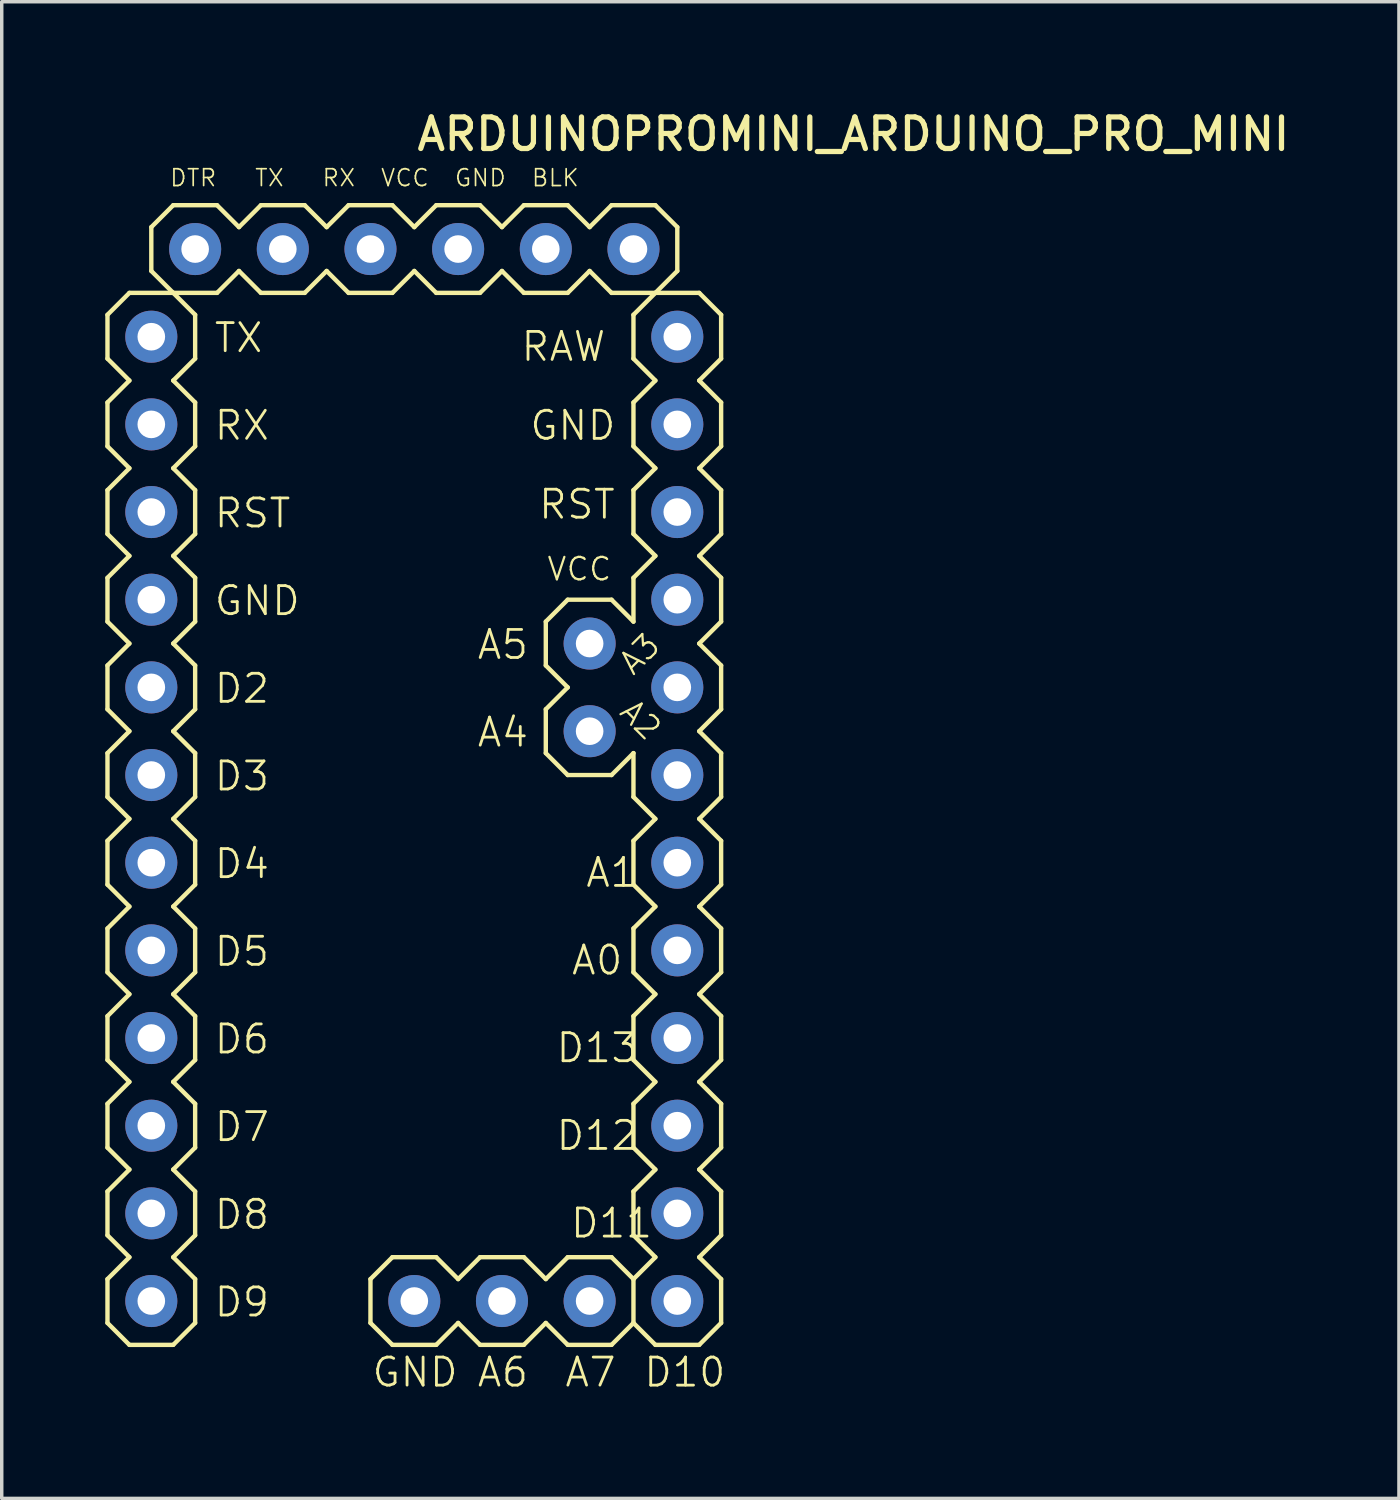
<source format=kicad_pcb>
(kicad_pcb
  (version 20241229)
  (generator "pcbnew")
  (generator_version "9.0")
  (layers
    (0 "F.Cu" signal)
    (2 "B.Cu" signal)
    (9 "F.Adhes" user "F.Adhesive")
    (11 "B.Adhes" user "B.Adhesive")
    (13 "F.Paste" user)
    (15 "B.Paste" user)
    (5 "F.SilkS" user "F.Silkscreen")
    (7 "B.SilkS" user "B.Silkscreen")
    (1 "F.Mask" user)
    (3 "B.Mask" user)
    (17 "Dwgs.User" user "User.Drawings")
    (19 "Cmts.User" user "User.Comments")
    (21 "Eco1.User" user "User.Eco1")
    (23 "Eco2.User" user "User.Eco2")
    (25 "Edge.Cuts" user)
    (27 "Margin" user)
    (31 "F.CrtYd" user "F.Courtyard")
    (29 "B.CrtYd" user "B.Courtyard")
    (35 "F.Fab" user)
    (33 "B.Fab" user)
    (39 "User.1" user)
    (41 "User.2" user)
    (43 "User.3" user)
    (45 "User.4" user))
  (footprint "ARDUINOPROMINI_ARDUINO_PRO_MINI"
    (layer "F.Cu")
    (at 5.144 15.596)
    (property "Reference" "ARDUINOPROMINI_ARDUINO_PRO_MINI" (at 3.81 -14.224 0) (unlocked yes) (layer "F.SilkS") (effects (font (size 0.914 0.914) (thickness 0.152)) (justify left bottom)))
    (fp_line (start -5.08 -9.525) (end -5.08 -8.255) (stroke (width 0.127) (type default)) (layer "F.SilkS"))
    (fp_line (start -5.08 -8.255) (end -4.445 -7.62) (stroke (width 0.127) (type default)) (layer "F.SilkS"))
    (fp_line (start -5.08 -6.985) (end -5.08 -5.715) (stroke (width 0.127) (type default)) (layer "F.SilkS"))
    (fp_line (start -5.08 -5.715) (end -4.445 -5.08) (stroke (width 0.127) (type default)) (layer "F.SilkS"))
    (fp_line (start -5.08 -4.445) (end -5.08 -3.175) (stroke (width 0.127) (type default)) (layer "F.SilkS"))
    (fp_line (start -5.08 -3.175) (end -4.445 -2.54) (stroke (width 0.127) (type default)) (layer "F.SilkS"))
    (fp_line (start -5.08 -1.905) (end -5.08 -0.635) (stroke (width 0.127) (type default)) (layer "F.SilkS"))
    (fp_line (start -5.08 -0.635) (end -4.445 0) (stroke (width 0.127) (type default)) (layer "F.SilkS"))
    (fp_line (start -5.08 0.635) (end -5.08 1.905) (stroke (width 0.127) (type default)) (layer "F.SilkS"))
    (fp_line (start -5.08 1.905) (end -4.445 2.54) (stroke (width 0.127) (type default)) (layer "F.SilkS"))
    (fp_line (start -5.08 3.175) (end -5.08 4.445) (stroke (width 0.127) (type default)) (layer "F.SilkS"))
    (fp_line (start -5.08 4.445) (end -4.445 5.08) (stroke (width 0.127) (type default)) (layer "F.SilkS"))
    (fp_line (start -5.08 5.715) (end -5.08 6.985) (stroke (width 0.127) (type default)) (layer "F.SilkS"))
    (fp_line (start -5.08 6.985) (end -4.445 7.62) (stroke (width 0.127) (type default)) (layer "F.SilkS"))
    (fp_line (start -5.08 8.255) (end -5.08 9.525) (stroke (width 0.127) (type default)) (layer "F.SilkS"))
    (fp_line (start -5.08 9.525) (end -4.445 10.16) (stroke (width 0.127) (type default)) (layer "F.SilkS"))
    (fp_line (start -5.08 10.795) (end -5.08 12.065) (stroke (width 0.127) (type default)) (layer "F.SilkS"))
    (fp_line (start -5.08 12.065) (end -4.445 12.7) (stroke (width 0.127) (type default)) (layer "F.SilkS"))
    (fp_line (start -5.08 13.335) (end -5.08 14.605) (stroke (width 0.127) (type default)) (layer "F.SilkS"))
    (fp_line (start -5.08 14.605) (end -4.445 15.24) (stroke (width 0.127) (type default)) (layer "F.SilkS"))
    (fp_line (start -5.08 15.875) (end -5.08 17.145) (stroke (width 0.127) (type default)) (layer "F.SilkS"))
    (fp_line (start -5.08 17.145) (end -4.445 17.78) (stroke (width 0.127) (type default)) (layer "F.SilkS"))
    (fp_line (start -5.08 18.415) (end -5.08 19.685) (stroke (width 0.127) (type default)) (layer "F.SilkS"))
    (fp_line (start -5.08 19.685) (end -4.445 20.32) (stroke (width 0.127) (type default)) (layer "F.SilkS"))
    (fp_line (start -4.445 -10.16) (end -5.08 -9.525) (stroke (width 0.127) (type default)) (layer "F.SilkS"))
    (fp_line (start -4.445 -7.62) (end -5.08 -6.985) (stroke (width 0.127) (type default)) (layer "F.SilkS"))
    (fp_line (start -4.445 -5.08) (end -5.08 -4.445) (stroke (width 0.127) (type default)) (layer "F.SilkS"))
    (fp_line (start -4.445 -2.54) (end -5.08 -1.905) (stroke (width 0.127) (type default)) (layer "F.SilkS"))
    (fp_line (start -4.445 0) (end -5.08 0.635) (stroke (width 0.127) (type default)) (layer "F.SilkS"))
    (fp_line (start -4.445 2.54) (end -5.08 3.175) (stroke (width 0.127) (type default)) (layer "F.SilkS"))
    (fp_line (start -4.445 5.08) (end -5.08 5.715) (stroke (width 0.127) (type default)) (layer "F.SilkS"))
    (fp_line (start -4.445 7.62) (end -5.08 8.255) (stroke (width 0.127) (type default)) (layer "F.SilkS"))
    (fp_line (start -4.445 10.16) (end -5.08 10.795) (stroke (width 0.127) (type default)) (layer "F.SilkS"))
    (fp_line (start -4.445 12.7) (end -5.08 13.335) (stroke (width 0.127) (type default)) (layer "F.SilkS"))
    (fp_line (start -4.445 15.24) (end -5.08 15.875) (stroke (width 0.127) (type default)) (layer "F.SilkS"))
    (fp_line (start -4.445 17.78) (end -5.08 18.415) (stroke (width 0.127) (type default)) (layer "F.SilkS"))
    (fp_line (start -4.445 20.32) (end -3.175 20.32) (stroke (width 0.127) (type default)) (layer "F.SilkS"))
    (fp_line (start -3.81 -12.065) (end -3.81 -10.795) (stroke (width 0.127) (type default)) (layer "F.SilkS"))
    (fp_line (start -3.81 -10.795) (end -3.175 -10.16) (stroke (width 0.127) (type default)) (layer "F.SilkS"))
    (fp_line (start -3.175 -12.7) (end -3.81 -12.065) (stroke (width 0.127) (type default)) (layer "F.SilkS"))
    (fp_line (start -3.175 -10.16) (end -4.445 -10.16) (stroke (width 0.127) (type default)) (layer "F.SilkS"))
    (fp_line (start -3.175 -10.16) (end -1.905 -10.16) (stroke (width 0.127) (type default)) (layer "F.SilkS"))
    (fp_line (start -3.175 -7.62) (end -2.54 -8.255) (stroke (width 0.127) (type default)) (layer "F.SilkS"))
    (fp_line (start -3.175 -5.08) (end -2.54 -5.715) (stroke (width 0.127) (type default)) (layer "F.SilkS"))
    (fp_line (start -3.175 -2.54) (end -2.54 -3.175) (stroke (width 0.127) (type default)) (layer "F.SilkS"))
    (fp_line (start -3.175 0) (end -2.54 -0.635) (stroke (width 0.127) (type default)) (layer "F.SilkS"))
    (fp_line (start -3.175 2.54) (end -2.54 1.905) (stroke (width 0.127) (type default)) (layer "F.SilkS"))
    (fp_line (start -3.175 5.08) (end -2.54 4.445) (stroke (width 0.127) (type default)) (layer "F.SilkS"))
    (fp_line (start -3.175 7.62) (end -2.54 6.985) (stroke (width 0.127) (type default)) (layer "F.SilkS"))
    (fp_line (start -3.175 10.16) (end -2.54 9.525) (stroke (width 0.127) (type default)) (layer "F.SilkS"))
    (fp_line (start -3.175 12.7) (end -2.54 12.065) (stroke (width 0.127) (type default)) (layer "F.SilkS"))
    (fp_line (start -3.175 15.24) (end -2.54 14.605) (stroke (width 0.127) (type default)) (layer "F.SilkS"))
    (fp_line (start -3.175 17.78) (end -2.54 17.145) (stroke (width 0.127) (type default)) (layer "F.SilkS"))
    (fp_line (start -3.175 20.32) (end -2.54 19.685) (stroke (width 0.127) (type default)) (layer "F.SilkS"))
    (fp_line (start -2.54 -9.525) (end -3.175 -10.16) (stroke (width 0.127) (type default)) (layer "F.SilkS"))
    (fp_line (start -2.54 -8.255) (end -2.54 -9.525) (stroke (width 0.127) (type default)) (layer "F.SilkS"))
    (fp_line (start -2.54 -6.985) (end -3.175 -7.62) (stroke (width 0.127) (type default)) (layer "F.SilkS"))
    (fp_line (start -2.54 -5.715) (end -2.54 -6.985) (stroke (width 0.127) (type default)) (layer "F.SilkS"))
    (fp_line (start -2.54 -4.445) (end -3.175 -5.08) (stroke (width 0.127) (type default)) (layer "F.SilkS"))
    (fp_line (start -2.54 -3.175) (end -2.54 -4.445) (stroke (width 0.127) (type default)) (layer "F.SilkS"))
    (fp_line (start -2.54 -1.905) (end -3.175 -2.54) (stroke (width 0.127) (type default)) (layer "F.SilkS"))
    (fp_line (start -2.54 -0.635) (end -2.54 -1.905) (stroke (width 0.127) (type default)) (layer "F.SilkS"))
    (fp_line (start -2.54 0.635) (end -3.175 0) (stroke (width 0.127) (type default)) (layer "F.SilkS"))
    (fp_line (start -2.54 1.905) (end -2.54 0.635) (stroke (width 0.127) (type default)) (layer "F.SilkS"))
    (fp_line (start -2.54 3.175) (end -3.175 2.54) (stroke (width 0.127) (type default)) (layer "F.SilkS"))
    (fp_line (start -2.54 4.445) (end -2.54 3.175) (stroke (width 0.127) (type default)) (layer "F.SilkS"))
    (fp_line (start -2.54 5.715) (end -3.175 5.08) (stroke (width 0.127) (type default)) (layer "F.SilkS"))
    (fp_line (start -2.54 6.985) (end -2.54 5.715) (stroke (width 0.127) (type default)) (layer "F.SilkS"))
    (fp_line (start -2.54 8.255) (end -3.175 7.62) (stroke (width 0.127) (type default)) (layer "F.SilkS"))
    (fp_line (start -2.54 9.525) (end -2.54 8.255) (stroke (width 0.127) (type default)) (layer "F.SilkS"))
    (fp_line (start -2.54 10.795) (end -3.175 10.16) (stroke (width 0.127) (type default)) (layer "F.SilkS"))
    (fp_line (start -2.54 12.065) (end -2.54 10.795) (stroke (width 0.127) (type default)) (layer "F.SilkS"))
    (fp_line (start -2.54 13.335) (end -3.175 12.7) (stroke (width 0.127) (type default)) (layer "F.SilkS"))
    (fp_line (start -2.54 14.605) (end -2.54 13.335) (stroke (width 0.127) (type default)) (layer "F.SilkS"))
    (fp_line (start -2.54 15.875) (end -3.175 15.24) (stroke (width 0.127) (type default)) (layer "F.SilkS"))
    (fp_line (start -2.54 17.145) (end -2.54 15.875) (stroke (width 0.127) (type default)) (layer "F.SilkS"))
    (fp_line (start -2.54 18.415) (end -3.175 17.78) (stroke (width 0.127) (type default)) (layer "F.SilkS"))
    (fp_line (start -2.54 19.685) (end -2.54 18.415) (stroke (width 0.127) (type default)) (layer "F.SilkS"))
    (fp_line (start -1.905 -12.7) (end -3.175 -12.7) (stroke (width 0.127) (type default)) (layer "F.SilkS"))
    (fp_line (start -1.905 -10.16) (end -1.27 -10.795) (stroke (width 0.127) (type default)) (layer "F.SilkS"))
    (fp_line (start -1.27 -12.065) (end -1.905 -12.7) (stroke (width 0.127) (type default)) (layer "F.SilkS"))
    (fp_line (start -1.27 -10.795) (end -0.635 -10.16) (stroke (width 0.127) (type default)) (layer "F.SilkS"))
    (fp_line (start -0.635 -12.7) (end -1.27 -12.065) (stroke (width 0.127) (type default)) (layer "F.SilkS"))
    (fp_line (start -0.635 -10.16) (end 0.635 -10.16) (stroke (width 0.127) (type default)) (layer "F.SilkS"))
    (fp_line (start 0.635 -12.7) (end -0.635 -12.7) (stroke (width 0.127) (type default)) (layer "F.SilkS"))
    (fp_line (start 0.635 -10.16) (end 1.27 -10.795) (stroke (width 0.127) (type default)) (layer "F.SilkS"))
    (fp_line (start 1.27 -12.065) (end 0.635 -12.7) (stroke (width 0.127) (type default)) (layer "F.SilkS"))
    (fp_line (start 1.27 -10.795) (end 1.905 -10.16) (stroke (width 0.127) (type default)) (layer "F.SilkS"))
    (fp_line (start 1.905 -12.7) (end 1.27 -12.065) (stroke (width 0.127) (type default)) (layer "F.SilkS"))
    (fp_line (start 1.905 -10.16) (end 3.175 -10.16) (stroke (width 0.127) (type default)) (layer "F.SilkS"))
    (fp_line (start 2.54 18.415) (end 2.54 19.685) (stroke (width 0.127) (type default)) (layer "F.SilkS"))
    (fp_line (start 2.54 19.685) (end 3.175 20.32) (stroke (width 0.127) (type default)) (layer "F.SilkS"))
    (fp_line (start 3.175 -12.7) (end 1.905 -12.7) (stroke (width 0.127) (type default)) (layer "F.SilkS"))
    (fp_line (start 3.175 -10.16) (end 3.81 -10.795) (stroke (width 0.127) (type default)) (layer "F.SilkS"))
    (fp_line (start 3.175 17.78) (end 2.54 18.415) (stroke (width 0.127) (type default)) (layer "F.SilkS"))
    (fp_line (start 3.175 20.32) (end 4.445 20.32) (stroke (width 0.127) (type default)) (layer "F.SilkS"))
    (fp_line (start 3.81 -12.065) (end 3.175 -12.7) (stroke (width 0.127) (type default)) (layer "F.SilkS"))
    (fp_line (start 3.81 -10.795) (end 4.445 -10.16) (stroke (width 0.127) (type default)) (layer "F.SilkS"))
    (fp_line (start 4.445 -12.7) (end 3.81 -12.065) (stroke (width 0.127) (type default)) (layer "F.SilkS"))
    (fp_line (start 4.445 -10.16) (end 5.715 -10.16) (stroke (width 0.127) (type default)) (layer "F.SilkS"))
    (fp_line (start 4.445 17.78) (end 3.175 17.78) (stroke (width 0.127) (type default)) (layer "F.SilkS"))
    (fp_line (start 4.445 20.32) (end 5.08 19.685) (stroke (width 0.127) (type default)) (layer "F.SilkS"))
    (fp_line (start 5.08 18.415) (end 4.445 17.78) (stroke (width 0.127) (type default)) (layer "F.SilkS"))
    (fp_line (start 5.08 19.685) (end 5.715 20.32) (stroke (width 0.127) (type default)) (layer "F.SilkS"))
    (fp_line (start 5.715 -12.7) (end 4.445 -12.7) (stroke (width 0.127) (type default)) (layer "F.SilkS"))
    (fp_line (start 5.715 -10.16) (end 6.35 -10.795) (stroke (width 0.127) (type default)) (layer "F.SilkS"))
    (fp_line (start 5.715 17.78) (end 5.08 18.415) (stroke (width 0.127) (type default)) (layer "F.SilkS"))
    (fp_line (start 5.715 20.32) (end 6.985 20.32) (stroke (width 0.127) (type default)) (layer "F.SilkS"))
    (fp_line (start 6.35 -12.065) (end 5.715 -12.7) (stroke (width 0.127) (type default)) (layer "F.SilkS"))
    (fp_line (start 6.35 -10.795) (end 6.985 -10.16) (stroke (width 0.127) (type default)) (layer "F.SilkS"))
    (fp_line (start 6.985 -12.7) (end 6.35 -12.065) (stroke (width 0.127) (type default)) (layer "F.SilkS"))
    (fp_line (start 6.985 -10.16) (end 8.255 -10.16) (stroke (width 0.127) (type default)) (layer "F.SilkS"))
    (fp_line (start 6.985 17.78) (end 5.715 17.78) (stroke (width 0.127) (type default)) (layer "F.SilkS"))
    (fp_line (start 6.985 20.32) (end 7.62 19.685) (stroke (width 0.127) (type default)) (layer "F.SilkS"))
    (fp_line (start 7.62 -0.635) (end 7.62 0.635) (stroke (width 0.127) (type default)) (layer "F.SilkS"))
    (fp_line (start 7.62 0.635) (end 8.255 1.27) (stroke (width 0.127) (type default)) (layer "F.SilkS"))
    (fp_line (start 7.62 1.905) (end 7.62 3.175) (stroke (width 0.127) (type default)) (layer "F.SilkS"))
    (fp_line (start 7.62 3.175) (end 8.255 3.81) (stroke (width 0.127) (type default)) (layer "F.SilkS"))
    (fp_line (start 7.62 18.415) (end 6.985 17.78) (stroke (width 0.127) (type default)) (layer "F.SilkS"))
    (fp_line (start 7.62 19.685) (end 8.255 20.32) (stroke (width 0.127) (type default)) (layer "F.SilkS"))
    (fp_line (start 8.255 -12.7) (end 6.985 -12.7) (stroke (width 0.127) (type default)) (layer "F.SilkS"))
    (fp_line (start 8.255 -10.16) (end 8.89 -10.795) (stroke (width 0.127) (type default)) (layer "F.SilkS"))
    (fp_line (start 8.255 -1.27) (end 7.62 -0.635) (stroke (width 0.127) (type default)) (layer "F.SilkS"))
    (fp_line (start 8.255 1.27) (end 7.62 1.905) (stroke (width 0.127) (type default)) (layer "F.SilkS"))
    (fp_line (start 8.255 3.81) (end 9.525 3.81) (stroke (width 0.127) (type default)) (layer "F.SilkS"))
    (fp_line (start 8.255 17.78) (end 7.62 18.415) (stroke (width 0.127) (type default)) (layer "F.SilkS"))
    (fp_line (start 8.255 20.32) (end 9.525 20.32) (stroke (width 0.127) (type default)) (layer "F.SilkS"))
    (fp_line (start 8.89 -12.065) (end 8.255 -12.7) (stroke (width 0.127) (type default)) (layer "F.SilkS"))
    (fp_line (start 8.89 -10.795) (end 9.525 -10.16) (stroke (width 0.127) (type default)) (layer "F.SilkS"))
    (fp_line (start 9.525 -12.7) (end 8.89 -12.065) (stroke (width 0.127) (type default)) (layer "F.SilkS"))
    (fp_line (start 9.525 -10.16) (end 10.795 -10.16) (stroke (width 0.127) (type default)) (layer "F.SilkS"))
    (fp_line (start 9.525 -1.27) (end 8.255 -1.27) (stroke (width 0.127) (type default)) (layer "F.SilkS"))
    (fp_line (start 9.525 3.81) (end 10.16 3.175) (stroke (width 0.127) (type default)) (layer "F.SilkS"))
    (fp_line (start 9.525 17.78) (end 8.255 17.78) (stroke (width 0.127) (type default)) (layer "F.SilkS"))
    (fp_line (start 9.525 20.32) (end 10.16 19.685) (stroke (width 0.127) (type default)) (layer "F.SilkS"))
    (fp_line (start 10.16 -9.525) (end 10.16 -8.255) (stroke (width 0.127) (type default)) (layer "F.SilkS"))
    (fp_line (start 10.16 -8.255) (end 10.795 -7.62) (stroke (width 0.127) (type default)) (layer "F.SilkS"))
    (fp_line (start 10.16 -6.985) (end 10.16 -5.715) (stroke (width 0.127) (type default)) (layer "F.SilkS"))
    (fp_line (start 10.16 -5.715) (end 10.795 -5.08) (stroke (width 0.127) (type default)) (layer "F.SilkS"))
    (fp_line (start 10.16 -4.445) (end 10.16 -3.175) (stroke (width 0.127) (type default)) (layer "F.SilkS"))
    (fp_line (start 10.16 -3.175) (end 10.795 -2.54) (stroke (width 0.127) (type default)) (layer "F.SilkS"))
    (fp_line (start 10.16 -1.905) (end 10.16 -0.635) (stroke (width 0.127) (type default)) (layer "F.SilkS"))
    (fp_line (start 10.16 -0.635) (end 9.525 -1.27) (stroke (width 0.127) (type default)) (layer "F.SilkS"))
    (fp_line (start 10.16 3.175) (end 10.16 4.445) (stroke (width 0.127) (type default)) (layer "F.SilkS"))
    (fp_line (start 10.16 4.445) (end 10.795 5.08) (stroke (width 0.127) (type default)) (layer "F.SilkS"))
    (fp_line (start 10.16 5.715) (end 10.16 6.985) (stroke (width 0.127) (type default)) (layer "F.SilkS"))
    (fp_line (start 10.16 6.985) (end 10.795 7.62) (stroke (width 0.127) (type default)) (layer "F.SilkS"))
    (fp_line (start 10.16 8.255) (end 10.16 9.525) (stroke (width 0.127) (type default)) (layer "F.SilkS"))
    (fp_line (start 10.16 9.525) (end 10.795 10.16) (stroke (width 0.127) (type default)) (layer "F.SilkS"))
    (fp_line (start 10.16 10.795) (end 10.16 12.065) (stroke (width 0.127) (type default)) (layer "F.SilkS"))
    (fp_line (start 10.16 12.065) (end 10.795 12.7) (stroke (width 0.127) (type default)) (layer "F.SilkS"))
    (fp_line (start 10.16 13.335) (end 10.16 14.605) (stroke (width 0.127) (type default)) (layer "F.SilkS"))
    (fp_line (start 10.16 14.605) (end 10.795 15.24) (stroke (width 0.127) (type default)) (layer "F.SilkS"))
    (fp_line (start 10.16 15.875) (end 10.16 17.145) (stroke (width 0.127) (type default)) (layer "F.SilkS"))
    (fp_line (start 10.16 17.145) (end 10.795 17.78) (stroke (width 0.127) (type default)) (layer "F.SilkS"))
    (fp_line (start 10.16 18.415) (end 9.525 17.78) (stroke (width 0.127) (type default)) (layer "F.SilkS"))
    (fp_line (start 10.16 18.415) (end 10.16 19.685) (stroke (width 0.127) (type default)) (layer "F.SilkS"))
    (fp_line (start 10.16 19.685) (end 10.795 20.32) (stroke (width 0.127) (type default)) (layer "F.SilkS"))
    (fp_line (start 10.795 -12.7) (end 9.525 -12.7) (stroke (width 0.127) (type default)) (layer "F.SilkS"))
    (fp_line (start 10.795 -10.16) (end 10.16 -9.525) (stroke (width 0.127) (type default)) (layer "F.SilkS"))
    (fp_line (start 10.795 -10.16) (end 11.43 -10.795) (stroke (width 0.127) (type default)) (layer "F.SilkS"))
    (fp_line (start 10.795 -7.62) (end 10.16 -6.985) (stroke (width 0.127) (type default)) (layer "F.SilkS"))
    (fp_line (start 10.795 -5.08) (end 10.16 -4.445) (stroke (width 0.127) (type default)) (layer "F.SilkS"))
    (fp_line (start 10.795 -2.54) (end 10.16 -1.905) (stroke (width 0.127) (type default)) (layer "F.SilkS"))
    (fp_line (start 10.795 5.08) (end 10.16 5.715) (stroke (width 0.127) (type default)) (layer "F.SilkS"))
    (fp_line (start 10.795 7.62) (end 10.16 8.255) (stroke (width 0.127) (type default)) (layer "F.SilkS"))
    (fp_line (start 10.795 10.16) (end 10.16 10.795) (stroke (width 0.127) (type default)) (layer "F.SilkS"))
    (fp_line (start 10.795 12.7) (end 10.16 13.335) (stroke (width 0.127) (type default)) (layer "F.SilkS"))
    (fp_line (start 10.795 15.24) (end 10.16 15.875) (stroke (width 0.127) (type default)) (layer "F.SilkS"))
    (fp_line (start 10.795 17.78) (end 10.16 18.415) (stroke (width 0.127) (type default)) (layer "F.SilkS"))
    (fp_line (start 10.795 20.32) (end 12.065 20.32) (stroke (width 0.127) (type default)) (layer "F.SilkS"))
    (fp_line (start 11.43 -12.065) (end 10.795 -12.7) (stroke (width 0.127) (type default)) (layer "F.SilkS"))
    (fp_line (start 11.43 -10.795) (end 11.43 -12.065) (stroke (width 0.127) (type default)) (layer "F.SilkS"))
    (fp_line (start 12.065 -10.16) (end 10.795 -10.16) (stroke (width 0.127) (type default)) (layer "F.SilkS"))
    (fp_line (start 12.065 -7.62) (end 12.7 -8.255) (stroke (width 0.127) (type default)) (layer "F.SilkS"))
    (fp_line (start 12.065 -5.08) (end 12.7 -5.715) (stroke (width 0.127) (type default)) (layer "F.SilkS"))
    (fp_line (start 12.065 -2.54) (end 12.7 -3.175) (stroke (width 0.127) (type default)) (layer "F.SilkS"))
    (fp_line (start 12.065 0) (end 12.7 -0.635) (stroke (width 0.127) (type default)) (layer "F.SilkS"))
    (fp_line (start 12.065 2.54) (end 12.7 1.905) (stroke (width 0.127) (type default)) (layer "F.SilkS"))
    (fp_line (start 12.065 5.08) (end 12.7 4.445) (stroke (width 0.127) (type default)) (layer "F.SilkS"))
    (fp_line (start 12.065 7.62) (end 12.7 6.985) (stroke (width 0.127) (type default)) (layer "F.SilkS"))
    (fp_line (start 12.065 10.16) (end 12.7 9.525) (stroke (width 0.127) (type default)) (layer "F.SilkS"))
    (fp_line (start 12.065 12.7) (end 12.7 12.065) (stroke (width 0.127) (type default)) (layer "F.SilkS"))
    (fp_line (start 12.065 15.24) (end 12.7 14.605) (stroke (width 0.127) (type default)) (layer "F.SilkS"))
    (fp_line (start 12.065 17.78) (end 12.7 17.145) (stroke (width 0.127) (type default)) (layer "F.SilkS"))
    (fp_line (start 12.065 20.32) (end 12.7 19.685) (stroke (width 0.127) (type default)) (layer "F.SilkS"))
    (fp_line (start 12.7 -9.525) (end 12.065 -10.16) (stroke (width 0.127) (type default)) (layer "F.SilkS"))
    (fp_line (start 12.7 -8.255) (end 12.7 -9.525) (stroke (width 0.127) (type default)) (layer "F.SilkS"))
    (fp_line (start 12.7 -6.985) (end 12.065 -7.62) (stroke (width 0.127) (type default)) (layer "F.SilkS"))
    (fp_line (start 12.7 -5.715) (end 12.7 -6.985) (stroke (width 0.127) (type default)) (layer "F.SilkS"))
    (fp_line (start 12.7 -4.445) (end 12.065 -5.08) (stroke (width 0.127) (type default)) (layer "F.SilkS"))
    (fp_line (start 12.7 -3.175) (end 12.7 -4.445) (stroke (width 0.127) (type default)) (layer "F.SilkS"))
    (fp_line (start 12.7 -1.905) (end 12.065 -2.54) (stroke (width 0.127) (type default)) (layer "F.SilkS"))
    (fp_line (start 12.7 -0.635) (end 12.7 -1.905) (stroke (width 0.127) (type default)) (layer "F.SilkS"))
    (fp_line (start 12.7 0.635) (end 12.065 0) (stroke (width 0.127) (type default)) (layer "F.SilkS"))
    (fp_line (start 12.7 1.905) (end 12.7 0.635) (stroke (width 0.127) (type default)) (layer "F.SilkS"))
    (fp_line (start 12.7 3.175) (end 12.065 2.54) (stroke (width 0.127) (type default)) (layer "F.SilkS"))
    (fp_line (start 12.7 4.445) (end 12.7 3.175) (stroke (width 0.127) (type default)) (layer "F.SilkS"))
    (fp_line (start 12.7 5.715) (end 12.065 5.08) (stroke (width 0.127) (type default)) (layer "F.SilkS"))
    (fp_line (start 12.7 6.985) (end 12.7 5.715) (stroke (width 0.127) (type default)) (layer "F.SilkS"))
    (fp_line (start 12.7 8.255) (end 12.065 7.62) (stroke (width 0.127) (type default)) (layer "F.SilkS"))
    (fp_line (start 12.7 9.525) (end 12.7 8.255) (stroke (width 0.127) (type default)) (layer "F.SilkS"))
    (fp_line (start 12.7 10.795) (end 12.065 10.16) (stroke (width 0.127) (type default)) (layer "F.SilkS"))
    (fp_line (start 12.7 12.065) (end 12.7 10.795) (stroke (width 0.127) (type default)) (layer "F.SilkS"))
    (fp_line (start 12.7 13.335) (end 12.065 12.7) (stroke (width 0.127) (type default)) (layer "F.SilkS"))
    (fp_line (start 12.7 14.605) (end 12.7 13.335) (stroke (width 0.127) (type default)) (layer "F.SilkS"))
    (fp_line (start 12.7 15.875) (end 12.065 15.24) (stroke (width 0.127) (type default)) (layer "F.SilkS"))
    (fp_line (start 12.7 17.145) (end 12.7 15.875) (stroke (width 0.127) (type default)) (layer "F.SilkS"))
    (fp_line (start 12.7 18.415) (end 12.065 17.78) (stroke (width 0.127) (type default)) (layer "F.SilkS"))
    (fp_line (start 12.7 19.685) (end 12.7 18.415) (stroke (width 0.127) (type default)) (layer "F.SilkS"))
    (fp_text user "A2" (at 9.652 2.032 315) (unlocked yes) (layer "F.SilkS") (effects (font (size 0.65 0.65) (thickness 0.065)) (justify left bottom)))
    (fp_text user "D5" (at -2.032 9.398 0) (unlocked yes) (layer "F.SilkS") (effects (font (size 0.813 0.813) (thickness 0.081)) (justify left bottom)))
    (fp_text user "RAW" (at 6.858 -8.128 0) (unlocked yes) (layer "F.SilkS") (effects (font (size 0.813 0.813) (thickness 0.081)) (justify left bottom)))
    (fp_text user "A3" (at 10.16 1.016 45) (unlocked yes) (layer "F.SilkS") (effects (font (size 0.65 0.65) (thickness 0.065)) (justify left bottom)))
    (fp_text user "D9" (at -2.032 19.558 0) (unlocked yes) (layer "F.SilkS") (effects (font (size 0.813 0.813) (thickness 0.081)) (justify left bottom)))
    (fp_text user "D13" (at 7.874 12.192 0) (unlocked yes) (layer "F.SilkS") (effects (font (size 0.813 0.813) (thickness 0.081)) (justify left bottom)))
    (fp_text user "A0" (at 8.319 9.652 0) (unlocked yes) (layer "F.SilkS") (effects (font (size 0.813 0.813) (thickness 0.081)) (justify left bottom)))
    (fp_text user "RST" (at -2.032 -3.302 0) (unlocked yes) (layer "F.SilkS") (effects (font (size 0.813 0.813) (thickness 0.081)) (justify left bottom)))
    (fp_text user "RST" (at 7.366 -3.556 0) (unlocked yes) (layer "F.SilkS") (effects (font (size 0.813 0.813) (thickness 0.081)) (justify left bottom)))
    (fp_text user "D7" (at -2.032 14.478 0) (unlocked yes) (layer "F.SilkS") (effects (font (size 0.813 0.813) (thickness 0.081)) (justify left bottom)))
    (fp_text user "GND" (at 7.112 -5.842 0) (unlocked yes) (layer "F.SilkS") (effects (font (size 0.813 0.813) (thickness 0.081)) (justify left bottom)))
    (fp_text user "TX" (at -2.032 -8.382 0) (unlocked yes) (layer "F.SilkS") (effects (font (size 0.813 0.813) (thickness 0.081)) (justify left bottom)))
    (fp_text user "D4" (at -2.032 6.858 0) (unlocked yes) (layer "F.SilkS") (effects (font (size 0.813 0.813) (thickness 0.081)) (justify left bottom)))
    (fp_text user "VCC" (at 7.62 -1.778 0) (unlocked yes) (layer "F.SilkS") (effects (font (size 0.65 0.65) (thickness 0.065)) (justify left bottom)))
    (fp_text user "D3" (at -2.032 4.318 0) (unlocked yes) (layer "F.SilkS") (effects (font (size 0.813 0.813) (thickness 0.081)) (justify left bottom)))
    (fp_text user "D10" (at 10.414 21.59 0) (unlocked yes) (layer "F.SilkS") (effects (font (size 0.813 0.813) (thickness 0.081)) (justify left bottom)))
    (fp_text user "D2" (at -2.032 1.778 0) (unlocked yes) (layer "F.SilkS") (effects (font (size 0.813 0.813) (thickness 0.081)) (justify left bottom)))
    (fp_text user "A6" (at 5.588 21.59 0) (unlocked yes) (layer "F.SilkS") (effects (font (size 0.813 0.813) (thickness 0.081)) (justify left bottom)))
    (fp_text user "D12" (at 7.874 14.732 0) (unlocked yes) (layer "F.SilkS") (effects (font (size 0.813 0.813) (thickness 0.081)) (justify left bottom)))
    (fp_text user "GND" (at -2.032 -0.762 0) (unlocked yes) (layer "F.SilkS") (effects (font (size 0.813 0.813) (thickness 0.081)) (justify left bottom)))
    (fp_text user "D8" (at -2.032 17.018 0) (unlocked yes) (layer "F.SilkS") (effects (font (size 0.813 0.813) (thickness 0.081)) (justify left bottom)))
    (fp_text user "A4" (at 5.588 3.048 0) (unlocked yes) (layer "F.SilkS") (effects (font (size 0.813 0.813) (thickness 0.081)) (justify left bottom)))
    (fp_text user "A7" (at 8.128 21.59 0) (unlocked yes) (layer "F.SilkS") (effects (font (size 0.813 0.813) (thickness 0.081)) (justify left bottom)))
    (fp_text user "D6" (at -2.032 11.938 0) (unlocked yes) (layer "F.SilkS") (effects (font (size 0.813 0.813) (thickness 0.081)) (justify left bottom)))
    (fp_text user "A5" (at 5.588 0.508 0) (unlocked yes) (layer "F.SilkS") (effects (font (size 0.813 0.813) (thickness 0.081)) (justify left bottom)))
    (fp_text user "A1" (at 8.732 7.112 0) (unlocked yes) (layer "F.SilkS") (effects (font (size 0.813 0.813) (thickness 0.081)) (justify left bottom)))
    (fp_text user "RX" (at -2.032 -5.842 0) (unlocked yes) (layer "F.SilkS") (effects (font (size 0.813 0.813) (thickness 0.081)) (justify left bottom)))
    (fp_text user "GND" (at 2.54 21.59 0) (unlocked yes) (layer "F.SilkS") (effects (font (size 0.813 0.813) (thickness 0.081)) (justify left bottom)))
    (fp_text user "DTR   TX   RX  VCC  GND  BLK" (at -3.302 -13.208 0) (unlocked yes) (layer "F.SilkS") (effects (font (size 0.488 0.488) (thickness 0.049)) (justify left bottom)))
    (fp_text user "D11" (at 8.291 17.272 0) (unlocked yes) (layer "F.SilkS") (effects (font (size 0.813 0.813) (thickness 0.081)) (justify left bottom)))
    (pad "A0" thru_hole oval (at 11.43 8.89) (size 1.508 1.508) (drill 0.8) (layers "*.Cu" "*.Mask"))
    (pad "A1" thru_hole oval (at 11.43 6.35) (size 1.508 1.508) (drill 0.8) (layers "*.Cu" "*.Mask"))
    (pad "A2" thru_hole oval (at 11.43 3.81) (size 1.508 1.508) (drill 0.8) (layers "*.Cu" "*.Mask"))
    (pad "A3" thru_hole oval (at 11.43 1.27) (size 1.508 1.508) (drill 0.8) (layers "*.Cu" "*.Mask"))
    (pad "A4" thru_hole oval (at 8.89 2.54) (size 1.508 1.508) (drill 0.8) (layers "*.Cu" "*.Mask"))
    (pad "A5" thru_hole oval (at 8.89 0) (size 1.508 1.508) (drill 0.8) (layers "*.Cu" "*.Mask"))
    (pad "A6" thru_hole oval (at 6.35 19.05) (size 1.508 1.508) (drill 0.8) (layers "*.Cu" "*.Mask"))
    (pad "A7" thru_hole oval (at 8.89 19.05) (size 1.508 1.508) (drill 0.8) (layers "*.Cu" "*.Mask"))
    (pad "BLK" thru_hole oval (at 10.16 -11.43 270) (size 1.508 1.508) (drill 0.8) (layers "*.Cu" "*.Mask"))
    (pad "D2" thru_hole oval (at -3.81 1.27) (size 1.508 1.508) (drill 0.8) (layers "*.Cu" "*.Mask"))
    (pad "D3" thru_hole oval (at -3.81 3.81) (size 1.508 1.508) (drill 0.8) (layers "*.Cu" "*.Mask"))
    (pad "D4" thru_hole oval (at -3.81 6.35) (size 1.508 1.508) (drill 0.8) (layers "*.Cu" "*.Mask"))
    (pad "D5" thru_hole oval (at -3.81 8.89) (size 1.508 1.508) (drill 0.8) (layers "*.Cu" "*.Mask"))
    (pad "D6" thru_hole oval (at -3.81 11.43) (size 1.508 1.508) (drill 0.8) (layers "*.Cu" "*.Mask"))
    (pad "D7" thru_hole oval (at -3.81 13.97) (size 1.508 1.508) (drill 0.8) (layers "*.Cu" "*.Mask"))
    (pad "D8" thru_hole oval (at -3.81 16.51) (size 1.508 1.508) (drill 0.8) (layers "*.Cu" "*.Mask"))
    (pad "D9" thru_hole oval (at -3.81 19.05) (size 1.508 1.508) (drill 0.8) (layers "*.Cu" "*.Mask"))
    (pad "D10" thru_hole oval (at 11.43 19.05) (size 1.508 1.508) (drill 0.8) (layers "*.Cu" "*.Mask"))
    (pad "D11" thru_hole oval (at 11.43 16.51) (size 1.508 1.508) (drill 0.8) (layers "*.Cu" "*.Mask"))
    (pad "D12" thru_hole oval (at 11.43 13.97) (size 1.508 1.508) (drill 0.8) (layers "*.Cu" "*.Mask"))
    (pad "D13" thru_hole oval (at 11.43 11.43) (size 1.508 1.508) (drill 0.8) (layers "*.Cu" "*.Mask"))
    (pad "DTR" thru_hole oval (at -2.54 -11.43) (size 1.508 1.508) (drill 0.8) (layers "*.Cu" "*.Mask"))
    (pad "GND" thru_hole oval (at -3.81 -1.27) (size 1.508 1.508) (drill 0.8) (layers "*.Cu" "*.Mask"))
    (pad "GND@1" thru_hole oval (at 11.43 -6.35) (size 1.508 1.508) (drill 0.8) (layers "*.Cu" "*.Mask"))
    (pad "GND@2" thru_hole oval (at 7.62 -11.43 270) (size 1.508 1.508) (drill 0.8) (layers "*.Cu" "*.Mask"))
    (pad "GND@3" thru_hole oval (at 3.81 19.05) (size 1.508 1.508) (drill 0.8) (layers "*.Cu" "*.Mask"))
    (pad "RAW" thru_hole oval (at 11.43 -8.89) (size 1.508 1.508) (drill 0.8) (layers "*.Cu" "*.Mask"))
    (pad "RST" thru_hole oval (at 11.43 -3.81) (size 1.508 1.508) (drill 0.8) (layers "*.Cu" "*.Mask"))
    (pad "RST@1" thru_hole oval (at -3.81 -3.81) (size 1.508 1.508) (drill 0.8) (layers "*.Cu" "*.Mask"))
    (pad "RX" thru_hole oval (at -3.81 -6.35) (size 1.508 1.508) (drill 0.8) (layers "*.Cu" "*.Mask"))
    (pad "RX@1" thru_hole oval (at 2.54 -11.43 270) (size 1.508 1.508) (drill 0.8) (layers "*.Cu" "*.Mask"))
    (pad "TX" thru_hole oval (at -3.81 -8.89) (size 1.508 1.508) (drill 0.8) (layers "*.Cu" "*.Mask"))
    (pad "TX@1" thru_hole oval (at 0 -11.43 270) (size 1.508 1.508) (drill 0.8) (layers "*.Cu" "*.Mask"))
    (pad "VCC" thru_hole oval (at 11.43 -1.27) (size 1.508 1.508) (drill 0.8) (layers "*.Cu" "*.Mask"))
    (pad "VCC@1" thru_hole oval (at 5.08 -11.43 270) (size 1.508 1.508) (drill 0.8) (layers "*.Cu" "*.Mask")))
  (gr_rect
    (start -3 -3)
    (end 37.483 40.365)
    (stroke (width 0.1) (type default))
    (fill no)
    (layer "Edge.Cuts")))
</source>
